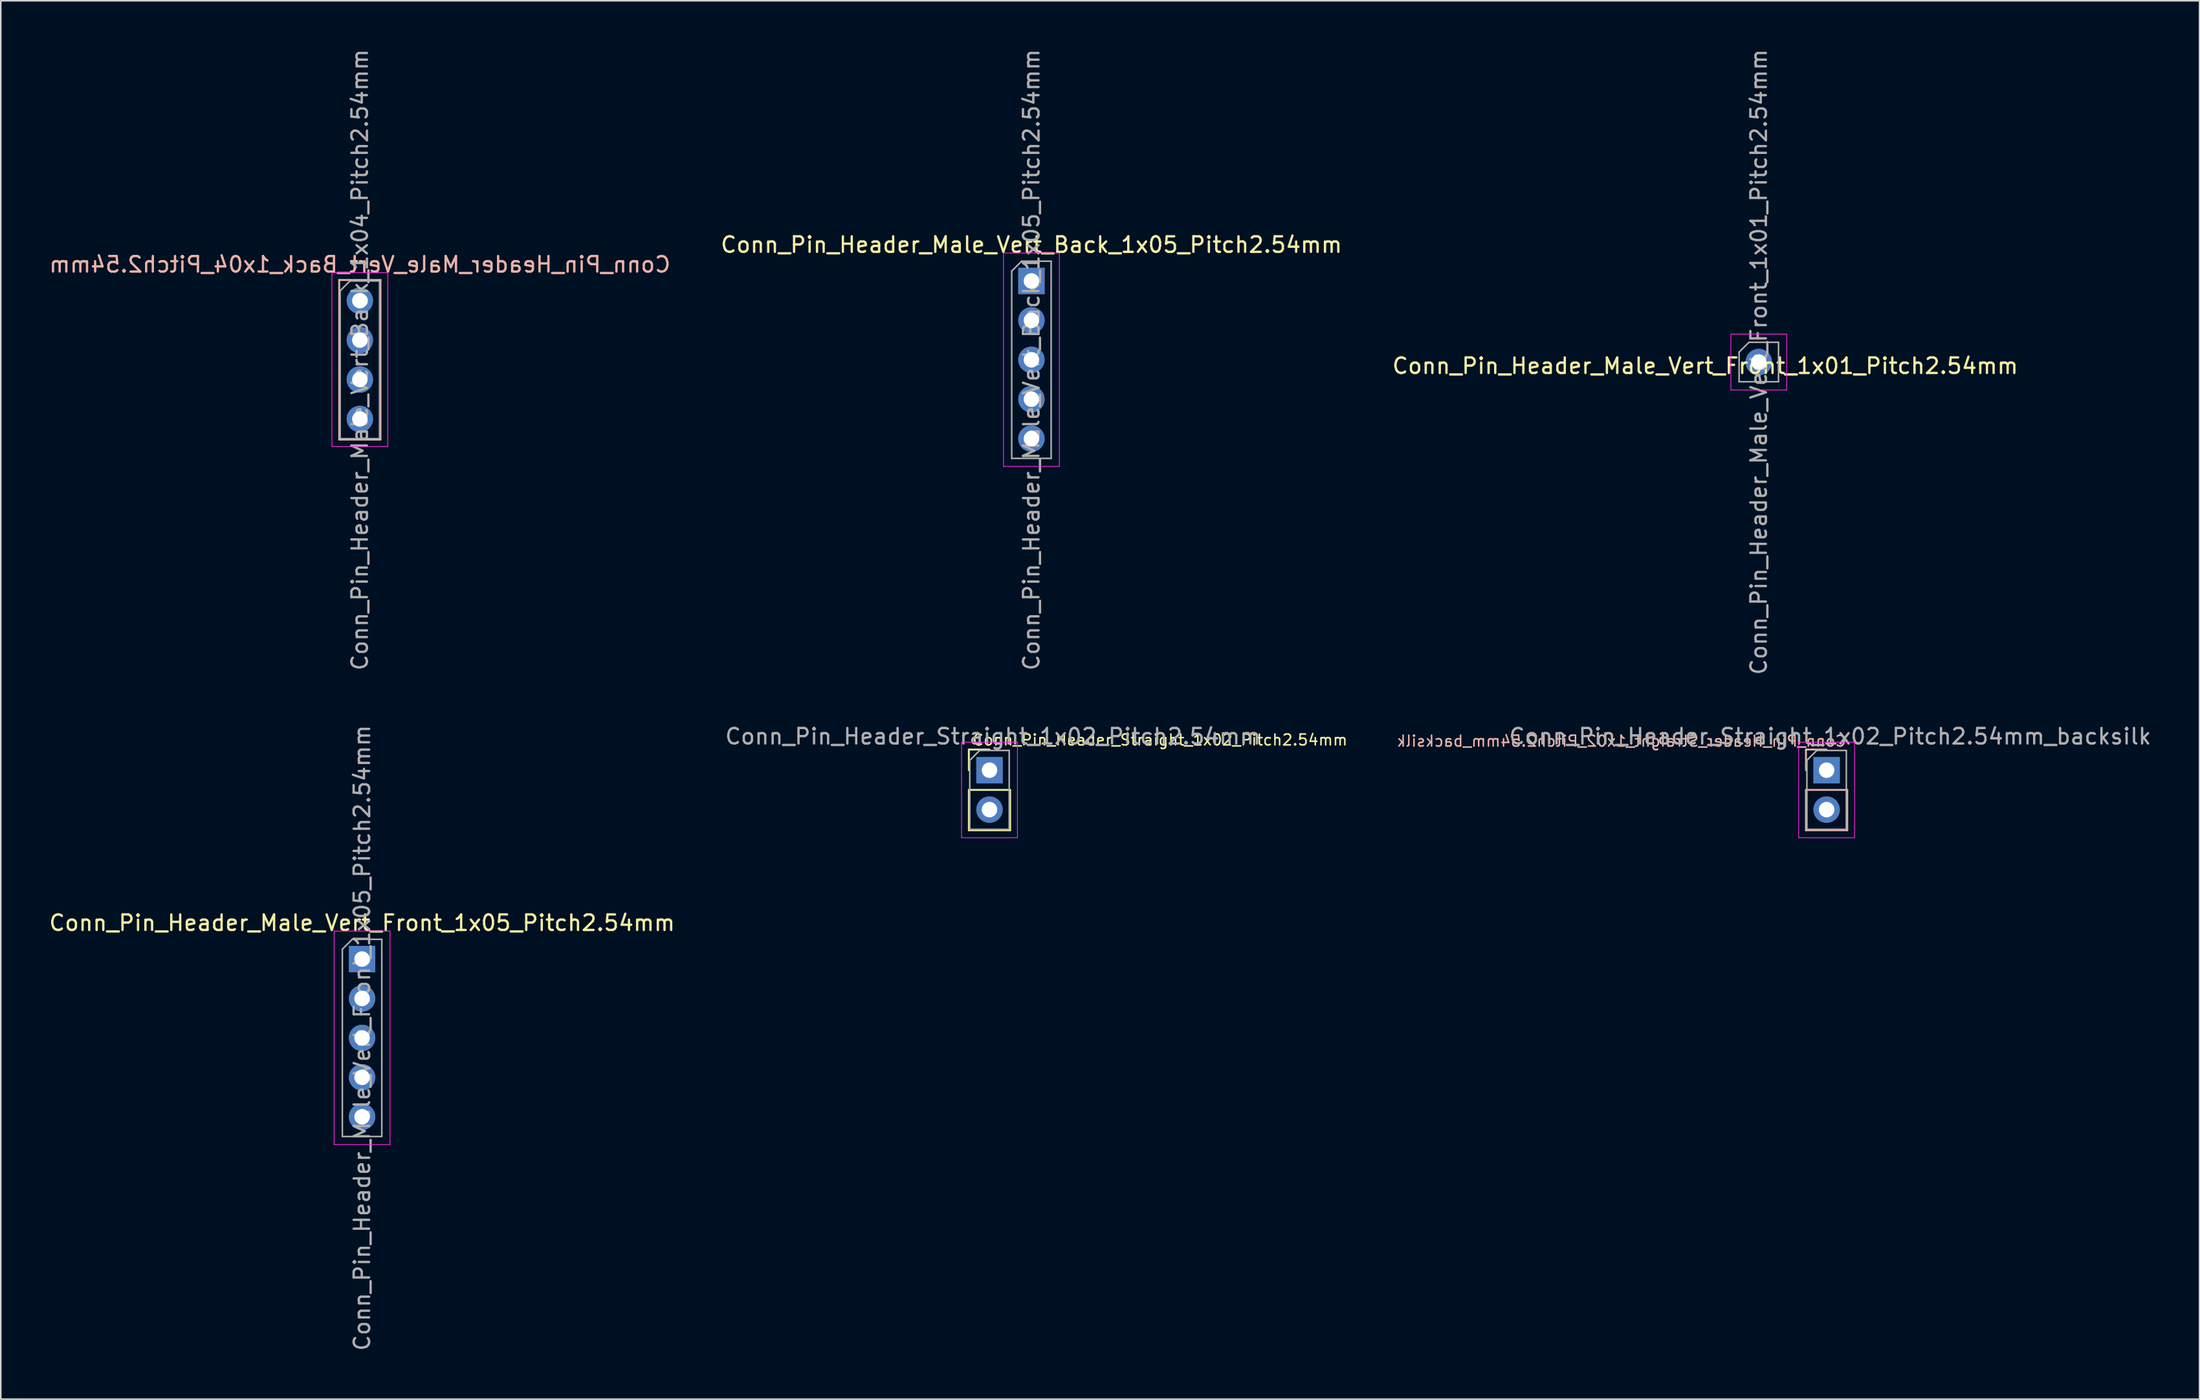
<source format=kicad_pcb>
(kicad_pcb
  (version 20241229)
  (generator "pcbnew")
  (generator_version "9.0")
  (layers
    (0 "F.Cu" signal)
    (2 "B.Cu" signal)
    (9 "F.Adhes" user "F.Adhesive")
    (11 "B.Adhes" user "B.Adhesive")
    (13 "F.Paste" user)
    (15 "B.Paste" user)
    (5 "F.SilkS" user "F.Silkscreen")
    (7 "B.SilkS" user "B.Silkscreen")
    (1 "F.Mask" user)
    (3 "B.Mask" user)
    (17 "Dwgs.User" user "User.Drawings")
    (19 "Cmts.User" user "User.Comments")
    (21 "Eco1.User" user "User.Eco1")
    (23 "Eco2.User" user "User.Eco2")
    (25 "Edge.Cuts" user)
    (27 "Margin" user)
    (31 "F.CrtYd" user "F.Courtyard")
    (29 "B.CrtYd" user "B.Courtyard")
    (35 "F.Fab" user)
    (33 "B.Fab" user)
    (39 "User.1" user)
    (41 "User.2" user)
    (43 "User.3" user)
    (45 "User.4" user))
  (footprint "Conn_Pin_Header_Male_Vert_Back_1x04_Pitch2.54mm"
    (layer "F.Cu")
    (at 20.125 16.315)
    (property "Reference" "Conn_Pin_Header_Male_Vert_Back_1x04_Pitch2.54mm" (at 0 -2.33 0) (layer "B.SilkS") (effects (font (size 1 1) (thickness 0.15)) (justify mirror)))
    (attr through_hole)
    (fp_line (start -1.33 -1.33) (end -1.33 8.95) (stroke (width 0.12) (type solid)) (layer "B.SilkS"))
    (fp_line (start -1.33 -1.33) (end 1.33 -1.33) (stroke (width 0.12) (type solid)) (layer "B.SilkS"))
    (fp_line (start -1.33 8.95) (end 1.33 8.95) (stroke (width 0.12) (type solid)) (layer "B.SilkS"))
    (fp_line (start 1.33 -1.33) (end 1.33 8.95) (stroke (width 0.12) (type solid)) (layer "B.SilkS"))
    (fp_line (start -1.8 -1.8) (end -1.8 9.4) (stroke (width 0.05) (type solid)) (layer "F.CrtYd"))
    (fp_line (start -1.8 9.4) (end 1.8 9.4) (stroke (width 0.05) (type solid)) (layer "F.CrtYd"))
    (fp_line (start 1.8 -1.8) (end -1.8 -1.8) (stroke (width 0.05) (type solid)) (layer "F.CrtYd"))
    (fp_line (start 1.8 9.4) (end 1.8 -1.8) (stroke (width 0.05) (type solid)) (layer "F.CrtYd"))
    (fp_line (start -1.27 -0.635) (end -0.635 -1.27) (stroke (width 0.1) (type solid)) (layer "F.Fab"))
    (fp_line (start -1.27 8.89) (end -1.27 -0.635) (stroke (width 0.1) (type solid)) (layer "F.Fab"))
    (fp_line (start -0.635 -1.27) (end 1.27 -1.27) (stroke (width 0.1) (type solid)) (layer "F.Fab"))
    (fp_line (start 1.27 -1.27) (end 1.27 8.89) (stroke (width 0.1) (type solid)) (layer "F.Fab"))
    (fp_line (start 1.27 8.89) (end -1.27 8.89) (stroke (width 0.1) (type solid)) (layer "F.Fab"))
    (fp_text user "${REFERENCE}" (at 0 3.81 90) (layer "F.Fab") (effects (font (size 1 1) (thickness 0.15))))
    (pad "1" thru_hole circle (at 0 0) (size 1.7 1.7) (drill 1) (layers "*.Cu" "*.Mask"))
    (pad "2" thru_hole oval (at 0 2.54) (size 1.7 1.7) (drill 1) (layers "*.Cu" "*.Mask"))
    (pad "3" thru_hole oval (at 0 5.08) (size 1.7 1.7) (drill 1) (layers "*.Cu" "*.Mask"))
    (pad "4" thru_hole oval (at 0 7.62) (size 1.7 1.7) (drill 1) (layers "*.Cu" "*.Mask")))
  (footprint "Conn_Pin_Header_Straight_1x02_Pitch2.54mm_backsilk"
    (layer "F.Cu")
    (at 114.585 46.559)
    (property "Reference" "Conn_Pin_Header_Straight_1x02_Pitch2.54mm_backsilk" (at 1.325 -1.875 0) (unlocked yes) (layer "B.SilkS") (effects (font (size 0.7 0.7) (thickness 0.1)) (justify left mirror)))
    (attr through_hole)
    (fp_line (start -1.33 -1.33) (end 0 -1.33) (stroke (width 0.12) (type solid)) (layer "B.SilkS"))
    (fp_line (start -1.33 0) (end -1.33 -1.33) (stroke (width 0.12) (type solid)) (layer "B.SilkS"))
    (fp_line (start -1.33 1.27) (end -1.33 3.87) (stroke (width 0.12) (type solid)) (layer "B.SilkS"))
    (fp_line (start -1.33 1.27) (end 1.33 1.27) (stroke (width 0.12) (type solid)) (layer "B.SilkS"))
    (fp_line (start -1.33 3.87) (end 1.33 3.87) (stroke (width 0.12) (type solid)) (layer "B.SilkS"))
    (fp_line (start 1.33 1.27) (end 1.33 3.87) (stroke (width 0.12) (type solid)) (layer "B.SilkS"))
    (fp_line (start -1.8 -1.8) (end -1.8 4.35) (stroke (width 0.05) (type solid)) (layer "F.CrtYd"))
    (fp_line (start -1.8 4.35) (end 1.8 4.35) (stroke (width 0.05) (type solid)) (layer "F.CrtYd"))
    (fp_line (start 1.8 -1.8) (end -1.8 -1.8) (stroke (width 0.05) (type solid)) (layer "F.CrtYd"))
    (fp_line (start 1.8 4.35) (end 1.8 -1.8) (stroke (width 0.05) (type solid)) (layer "F.CrtYd"))
    (fp_line (start -1.27 -0.635) (end -0.635 -1.27) (stroke (width 0.1) (type solid)) (layer "F.Fab"))
    (fp_line (start -1.27 3.81) (end -1.27 -0.635) (stroke (width 0.1) (type solid)) (layer "F.Fab"))
    (fp_line (start -0.635 -1.27) (end 1.27 -1.27) (stroke (width 0.1) (type solid)) (layer "F.Fab"))
    (fp_line (start 1.27 -1.27) (end 1.27 3.81) (stroke (width 0.1) (type solid)) (layer "F.Fab"))
    (fp_line (start 1.27 3.81) (end -1.27 3.81) (stroke (width 0.1) (type solid)) (layer "F.Fab"))
    (fp_text user "${REFERENCE}" (at 0.225 -2.175 0) (layer "F.Fab") (effects (font (size 1 1) (thickness 0.15))))
    (pad "1" thru_hole rect (at 0 0) (size 1.7 1.7) (drill 1) (layers "*.Cu" "*.Mask"))
    (pad "2" thru_hole oval (at 0 2.54) (size 1.7 1.7) (drill 1) (layers "*.Cu" "*.Mask")))
  (footprint "Conn_Pin_Header_Male_Vert_Front_1x05_Pitch2.54mm"
    (layer "F.Cu")
    (at 20.268 58.724)
    (property "Reference" "Conn_Pin_Header_Male_Vert_Front_1x05_Pitch2.54mm" (at 0 -2.33 0) (layer "F.SilkS") (effects (font (size 1 1) (thickness 0.15))))
    (attr through_hole)
    (fp_line (start -1.8 -1.8) (end -1.8 11.95) (stroke (width 0.05) (type solid)) (layer "F.CrtYd"))
    (fp_line (start -1.8 11.95) (end 1.8 11.95) (stroke (width 0.05) (type solid)) (layer "F.CrtYd"))
    (fp_line (start 1.8 -1.8) (end -1.8 -1.8) (stroke (width 0.05) (type solid)) (layer "F.CrtYd"))
    (fp_line (start 1.8 11.95) (end 1.8 -1.8) (stroke (width 0.05) (type solid)) (layer "F.CrtYd"))
    (fp_line (start -1.27 -0.635) (end -0.635 -1.27) (stroke (width 0.1) (type solid)) (layer "F.Fab"))
    (fp_line (start -1.27 11.43) (end -1.27 -0.635) (stroke (width 0.1) (type solid)) (layer "F.Fab"))
    (fp_line (start -0.635 -1.27) (end 1.27 -1.27) (stroke (width 0.1) (type solid)) (layer "F.Fab"))
    (fp_line (start 1.27 -1.27) (end 1.27 11.43) (stroke (width 0.1) (type solid)) (layer "F.Fab"))
    (fp_line (start 1.27 11.43) (end -1.27 11.43) (stroke (width 0.1) (type solid)) (layer "F.Fab"))
    (fp_text user "${REFERENCE}" (at 0 5.08 90) (layer "F.Fab") (effects (font (size 1 1) (thickness 0.15))))
    (pad "1" thru_hole rect (at 0 0) (size 1.7 1.7) (drill 1) (layers "*.Cu" "*.Mask"))
    (pad "2" thru_hole oval (at 0 2.54) (size 1.7 1.7) (drill 1) (layers "*.Cu" "*.Mask"))
    (pad "3" thru_hole oval (at 0 5.08) (size 1.7 1.7) (drill 1) (layers "*.Cu" "*.Mask"))
    (pad "4" thru_hole oval (at 0 7.62) (size 1.7 1.7) (drill 1) (layers "*.Cu" "*.Mask"))
    (pad "5" thru_hole oval (at 0 10.16) (size 1.7 1.7) (drill 1) (layers "*.Cu" "*.Mask")))
  (footprint "Conn_Pin_Header_Male_Vert_Back_1x05_Pitch2.54mm"
    (layer "F.Cu")
    (at 63.375 15.045)
    (property "Reference" "Conn_Pin_Header_Male_Vert_Back_1x05_Pitch2.54mm" (at 0 -2.33 0) (layer "F.SilkS") (effects (font (size 1 1) (thickness 0.15))))
    (attr through_hole)
    (fp_line (start -1.8 -1.8) (end -1.8 11.95) (stroke (width 0.05) (type solid)) (layer "F.CrtYd"))
    (fp_line (start -1.8 11.95) (end 1.8 11.95) (stroke (width 0.05) (type solid)) (layer "F.CrtYd"))
    (fp_line (start 1.8 -1.8) (end -1.8 -1.8) (stroke (width 0.05) (type solid)) (layer "F.CrtYd"))
    (fp_line (start 1.8 11.95) (end 1.8 -1.8) (stroke (width 0.05) (type solid)) (layer "F.CrtYd"))
    (fp_line (start -1.27 -0.635) (end -0.635 -1.27) (stroke (width 0.1) (type solid)) (layer "F.Fab"))
    (fp_line (start -1.27 11.43) (end -1.27 -0.635) (stroke (width 0.1) (type solid)) (layer "F.Fab"))
    (fp_line (start -0.635 -1.27) (end 1.27 -1.27) (stroke (width 0.1) (type solid)) (layer "F.Fab"))
    (fp_line (start 1.27 -1.27) (end 1.27 11.43) (stroke (width 0.1) (type solid)) (layer "F.Fab"))
    (fp_line (start 1.27 11.43) (end -1.27 11.43) (stroke (width 0.1) (type solid)) (layer "F.Fab"))
    (fp_text user "${REFERENCE}" (at 0 5.08 90) (layer "F.Fab") (effects (font (size 1 1) (thickness 0.15))))
    (pad "1" thru_hole rect (at 0 0) (size 1.7 1.7) (drill 1) (layers "*.Cu" "*.Mask"))
    (pad "2" thru_hole oval (at 0 2.54) (size 1.7 1.7) (drill 1) (layers "*.Cu" "*.Mask"))
    (pad "3" thru_hole oval (at 0 5.08) (size 1.7 1.7) (drill 1) (layers "*.Cu" "*.Mask"))
    (pad "4" thru_hole oval (at 0 7.62) (size 1.7 1.7) (drill 1) (layers "*.Cu" "*.Mask"))
    (pad "5" thru_hole oval (at 0 10.16) (size 1.7 1.7) (drill 1) (layers "*.Cu" "*.Mask")))
  (footprint "Conn_Pin_Header_Straight_1x02_Pitch2.54mm"
    (layer "F.Cu")
    (at 60.674 46.559)
    (property "Reference" "Conn_Pin_Header_Straight_1x02_Pitch2.54mm" (at -1.15 -1.95 0) (unlocked yes) (layer "F.SilkS") (effects (font (size 0.7 0.7) (thickness 0.1)) (justify left)))
    (attr through_hole)
    (fp_line (start -1.33 -1.33) (end 0 -1.33) (stroke (width 0.12) (type solid)) (layer "F.SilkS"))
    (fp_line (start -1.33 0) (end -1.33 -1.33) (stroke (width 0.12) (type solid)) (layer "F.SilkS"))
    (fp_line (start -1.33 1.27) (end -1.33 3.87) (stroke (width 0.12) (type solid)) (layer "F.SilkS"))
    (fp_line (start -1.33 1.27) (end 1.33 1.27) (stroke (width 0.12) (type solid)) (layer "F.SilkS"))
    (fp_line (start -1.33 3.87) (end 1.33 3.87) (stroke (width 0.12) (type solid)) (layer "F.SilkS"))
    (fp_line (start 1.33 1.27) (end 1.33 3.87) (stroke (width 0.12) (type solid)) (layer "F.SilkS"))
    (fp_line (start -1.8 -1.8) (end -1.8 4.35) (stroke (width 0.05) (type solid)) (layer "F.CrtYd"))
    (fp_line (start -1.8 4.35) (end 1.8 4.35) (stroke (width 0.05) (type solid)) (layer "F.CrtYd"))
    (fp_line (start 1.8 -1.8) (end -1.8 -1.8) (stroke (width 0.05) (type solid)) (layer "F.CrtYd"))
    (fp_line (start 1.8 4.35) (end 1.8 -1.8) (stroke (width 0.05) (type solid)) (layer "F.CrtYd"))
    (fp_line (start -1.27 -0.635) (end -0.635 -1.27) (stroke (width 0.1) (type solid)) (layer "F.Fab"))
    (fp_line (start -1.27 3.81) (end -1.27 -0.635) (stroke (width 0.1) (type solid)) (layer "F.Fab"))
    (fp_line (start -0.635 -1.27) (end 1.27 -1.27) (stroke (width 0.1) (type solid)) (layer "F.Fab"))
    (fp_line (start 1.27 -1.27) (end 1.27 3.81) (stroke (width 0.1) (type solid)) (layer "F.Fab"))
    (fp_line (start 1.27 3.81) (end -1.27 3.81) (stroke (width 0.1) (type solid)) (layer "F.Fab"))
    (fp_text user "${REFERENCE}" (at 0.225 -2.175 0) (layer "F.Fab") (effects (font (size 1 1) (thickness 0.15))))
    (pad "1" thru_hole rect (at 0 0) (size 1.7 1.7) (drill 1) (layers "*.Cu" "*.Mask"))
    (pad "2" thru_hole oval (at 0 2.54) (size 1.7 1.7) (drill 1) (layers "*.Cu" "*.Mask")))
  (footprint "Conn_Pin_Header_Male_Vert_Front_1x01_Pitch2.54mm"
    (layer "F.Cu")
    (at 110.218 20.268)
    (property "Reference" "Conn_Pin_Header_Male_Vert_Front_1x01_Pitch2.54mm" (at -3.45 0.25 0) (layer "F.SilkS") (effects (font (size 1 1) (thickness 0.15))))
    (attr through_hole)
    (fp_line (start -1.8 -1.8) (end -1.8 1.8) (stroke (width 0.05) (type solid)) (layer "F.CrtYd"))
    (fp_line (start -1.8 1.8) (end 1.8 1.8) (stroke (width 0.05) (type solid)) (layer "F.CrtYd"))
    (fp_line (start 1.8 -1.8) (end -1.8 -1.8) (stroke (width 0.05) (type solid)) (layer "F.CrtYd"))
    (fp_line (start 1.8 1.8) (end 1.8 -1.8) (stroke (width 0.05) (type solid)) (layer "F.CrtYd"))
    (fp_line (start -1.27 -0.635) (end -0.635 -1.27) (stroke (width 0.1) (type solid)) (layer "F.Fab"))
    (fp_line (start -1.27 1.27) (end -1.27 -0.635) (stroke (width 0.1) (type solid)) (layer "F.Fab"))
    (fp_line (start -0.635 -1.27) (end 1.27 -1.27) (stroke (width 0.1) (type solid)) (layer "F.Fab"))
    (fp_line (start 1.27 -1.27) (end 1.27 1.27) (stroke (width 0.1) (type solid)) (layer "F.Fab"))
    (fp_line (start 1.27 1.27) (end -1.27 1.27) (stroke (width 0.1) (type solid)) (layer "F.Fab"))
    (fp_text user "${REFERENCE}" (at 0 0 90) (layer "F.Fab") (effects (font (size 1 1) (thickness 0.15))))
    (pad "1" thru_hole circle (at 0 0) (size 1.7 1.7) (drill 1) (layers "*.Cu" "*.Mask")))
  (gr_rect
    (start -3 -3)
    (end 138.602 87.071)
    (stroke (width 0.1) (type default))
    (fill no)
    (layer "Edge.Cuts")))
</source>
